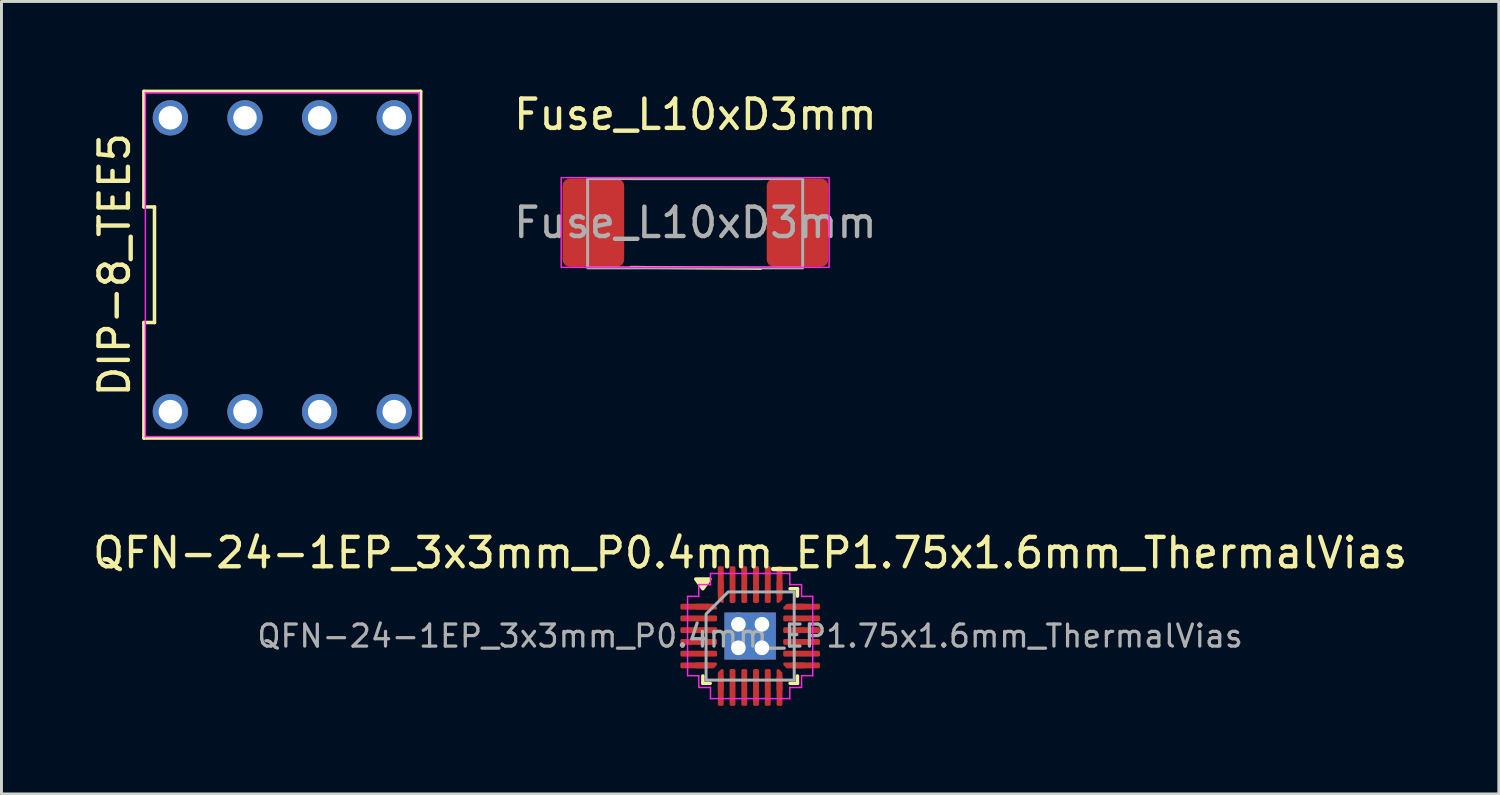
<source format=kicad_pcb>
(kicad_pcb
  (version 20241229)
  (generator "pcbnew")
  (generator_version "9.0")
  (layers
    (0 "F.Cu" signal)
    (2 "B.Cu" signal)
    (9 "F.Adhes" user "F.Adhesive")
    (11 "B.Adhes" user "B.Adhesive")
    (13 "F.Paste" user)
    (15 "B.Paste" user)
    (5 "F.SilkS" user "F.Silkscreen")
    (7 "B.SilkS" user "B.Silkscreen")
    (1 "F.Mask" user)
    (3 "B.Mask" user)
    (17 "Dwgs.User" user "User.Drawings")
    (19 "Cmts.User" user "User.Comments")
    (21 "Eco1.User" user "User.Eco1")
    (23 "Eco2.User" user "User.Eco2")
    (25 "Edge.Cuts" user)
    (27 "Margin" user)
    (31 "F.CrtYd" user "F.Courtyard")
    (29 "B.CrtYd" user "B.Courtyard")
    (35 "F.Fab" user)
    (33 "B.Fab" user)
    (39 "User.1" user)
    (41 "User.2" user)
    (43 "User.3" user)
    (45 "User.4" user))
  (footprint "DIP-8_TEE5"
    (layer "F.Cu")
    (at 6.558 5.96)
    (property "Reference" "DIP-8_TEE5" (at -5.71 0 90) (layer "F.SilkS") (effects (font (size 1 1) (thickness 0.15))))
    (attr through_hole)
    (fp_line (start -4.71 -5.9) (end -4.71 -1.967) (stroke (width 0.12) (type default)) (layer "F.SilkS"))
    (fp_line (start -4.71 -1.967) (end -4.35 -1.967) (stroke (width 0.12) (type default)) (layer "F.SilkS"))
    (fp_line (start -4.71 1.967) (end -4.71 5.9) (stroke (width 0.12) (type default)) (layer "F.SilkS"))
    (fp_line (start -4.71 5.9) (end 4.71 5.9) (stroke (width 0.12) (type default)) (layer "F.SilkS"))
    (fp_line (start -4.35 -1.967) (end -4.35 1.967) (stroke (width 0.12) (type default)) (layer "F.SilkS"))
    (fp_line (start -4.35 1.967) (end -4.71 1.967) (stroke (width 0.12) (type default)) (layer "F.SilkS"))
    (fp_line (start 4.71 -5.9) (end -4.71 -5.9) (stroke (width 0.12) (type default)) (layer "F.SilkS"))
    (fp_line (start 4.71 5.9) (end 4.71 -5.9) (stroke (width 0.12) (type default)) (layer "F.SilkS"))
    (fp_line (start -4.66 -5.85) (end 4.66 -5.85) (stroke (width 0.05) (type default)) (layer "F.CrtYd"))
    (fp_line (start -4.66 5.85) (end -4.66 -5.85) (stroke (width 0.05) (type default)) (layer "F.CrtYd"))
    (fp_line (start 4.66 -5.85) (end 4.66 5.85) (stroke (width 0.05) (type default)) (layer "F.CrtYd"))
    (fp_line (start 4.66 5.85) (end -4.66 5.85) (stroke (width 0.05) (type default)) (layer "F.CrtYd"))
    (pad "" thru_hole circle (at -3.81 5) (size 1.2 1.2) (drill 0.8) (layers "*.Cu" "*.Mask"))
    (pad "" thru_hole circle (at -1.27 -5) (size 1.2 1.2) (drill 0.8) (layers "Eco1.User"))
    (pad "" thru_hole circle (at -1.27 5) (size 1.2 1.2) (drill 0.8) (layers "Eco1.User"))
    (pad "" thru_hole circle (at 1.27 5) (size 1.2 1.2) (drill 0.8) (layers "Eco1.User"))
    (pad "" thru_hole circle (at 3.81 -5) (size 1.2 1.2) (drill 0.8) (layers "Eco1.User"))
    (pad "" thru_hole circle (at 3.81 5) (size 1.2 1.2) (drill 0.8) (layers "*.Cu" "*.Mask"))
    (pad "1" thru_hole circle (at -3.81 -5) (size 1.2 1.2) (drill 0.8) (layers "*.Cu" "*.Mask"))
    (pad "2" thru_hole circle (at 1.27 -5) (size 1.2 1.2) (drill 0.8) (layers "*.Cu" "*.Mask")))
  (footprint "Fuse_L10xD3mm"
    (layer "F.Cu")
    (at 20.62 4.528)
    (property "Reference" "Fuse_L10xD3mm" (at 0 -3.68 0) (layer "F.SilkS") (effects (font (size 1 1) (thickness 0.15))))
    (attr smd)
    (fp_line (start -2.204 1.52) (end 2.22 1.56) (stroke (width 0.1) (type default)) (layer "F.SilkS"))
    (fp_line (start -2.2 -1.5) (end 2.3 -1.5) (stroke (width 0.1) (type default)) (layer "F.SilkS"))
    (fp_rect (start -4.57 -1.53) (end 4.55 1.52) (stroke (width 0.05) (type default)) (fill no) (layer "F.CrtYd"))
    (fp_rect (start -3.67 -1.5) (end 3.65 1.54) (stroke (width 0.1) (type default)) (fill no) (layer "F.Fab"))
    (fp_text user "${REFERENCE}" (at 0 0 0) (layer "F.Fab") (effects (font (size 1 1) (thickness 0.15))))
    (pad "1" smd roundrect (at -3.475 0) (size 2.1 3) (layers "F.Cu" "F.Mask" "F.Paste") (roundrect_rratio 0.119))
    (pad "2" smd roundrect (at 3.475 0) (size 2.1 3) (layers "F.Cu" "F.Mask" "F.Paste") (roundrect_rratio 0.119)))
  (footprint "QFN-24-1EP_3x3mm_P0.4mm_EP1.75x1.6mm_ThermalVias"
    (layer "F.Cu")
    (at 22.482 18.598)
    (property "Reference" "QFN-24-1EP_3x3mm_P0.4mm_EP1.75x1.6mm_ThermalVias" (at 0 -2.83 0) (layer "F.SilkS") (effects (font (size 1 1) (thickness 0.15))))
    (attr smd)
    (fp_line (start -1.61 1.61) (end -1.61 1.36) (stroke (width 0.12) (type solid)) (layer "F.SilkS"))
    (fp_line (start -1.36 1.61) (end -1.61 1.61) (stroke (width 0.12) (type solid)) (layer "F.SilkS"))
    (fp_line (start 1.36 -1.61) (end 1.61 -1.61) (stroke (width 0.12) (type solid)) (layer "F.SilkS"))
    (fp_line (start 1.36 1.61) (end 1.61 1.61) (stroke (width 0.12) (type solid)) (layer "F.SilkS"))
    (fp_line (start 1.61 -1.61) (end 1.61 -1.36) (stroke (width 0.12) (type solid)) (layer "F.SilkS"))
    (fp_line (start 1.61 1.61) (end 1.61 1.36) (stroke (width 0.12) (type solid)) (layer "F.SilkS"))
    (fp_poly (pts (xy -1.61 -1.61) (xy -1.85 -1.94) (xy -1.37 -1.94)) (stroke (width 0.12) (type solid)) (fill yes) (layer "F.SilkS"))
    (fp_line (start -2.13 -1.35) (end -1.75 -1.35) (stroke (width 0.05) (type solid)) (layer "F.CrtYd"))
    (fp_line (start -2.13 1.35) (end -2.13 -1.35) (stroke (width 0.05) (type solid)) (layer "F.CrtYd"))
    (fp_line (start -1.75 -1.75) (end -1.35 -1.75) (stroke (width 0.05) (type solid)) (layer "F.CrtYd"))
    (fp_line (start -1.75 -1.35) (end -1.75 -1.75) (stroke (width 0.05) (type solid)) (layer "F.CrtYd"))
    (fp_line (start -1.75 1.35) (end -2.13 1.35) (stroke (width 0.05) (type solid)) (layer "F.CrtYd"))
    (fp_line (start -1.75 1.75) (end -1.75 1.35) (stroke (width 0.05) (type solid)) (layer "F.CrtYd"))
    (fp_line (start -1.35 -2.13) (end 1.35 -2.13) (stroke (width 0.05) (type solid)) (layer "F.CrtYd"))
    (fp_line (start -1.35 -1.75) (end -1.35 -2.13) (stroke (width 0.05) (type solid)) (layer "F.CrtYd"))
    (fp_line (start -1.35 1.75) (end -1.75 1.75) (stroke (width 0.05) (type solid)) (layer "F.CrtYd"))
    (fp_line (start -1.35 2.13) (end -1.35 1.75) (stroke (width 0.05) (type solid)) (layer "F.CrtYd"))
    (fp_line (start 1.35 -2.13) (end 1.35 -1.75) (stroke (width 0.05) (type solid)) (layer "F.CrtYd"))
    (fp_line (start 1.35 -1.75) (end 1.75 -1.75) (stroke (width 0.05) (type solid)) (layer "F.CrtYd"))
    (fp_line (start 1.35 1.75) (end 1.35 2.13) (stroke (width 0.05) (type solid)) (layer "F.CrtYd"))
    (fp_line (start 1.35 2.13) (end -1.35 2.13) (stroke (width 0.05) (type solid)) (layer "F.CrtYd"))
    (fp_line (start 1.75 -1.75) (end 1.75 -1.35) (stroke (width 0.05) (type solid)) (layer "F.CrtYd"))
    (fp_line (start 1.75 -1.35) (end 2.13 -1.35) (stroke (width 0.05) (type solid)) (layer "F.CrtYd"))
    (fp_line (start 1.75 1.35) (end 1.75 1.75) (stroke (width 0.05) (type solid)) (layer "F.CrtYd"))
    (fp_line (start 1.75 1.75) (end 1.35 1.75) (stroke (width 0.05) (type solid)) (layer "F.CrtYd"))
    (fp_line (start 2.13 -1.35) (end 2.13 1.35) (stroke (width 0.05) (type solid)) (layer "F.CrtYd"))
    (fp_line (start 2.13 1.35) (end 1.75 1.35) (stroke (width 0.05) (type solid)) (layer "F.CrtYd"))
    (fp_poly (pts (xy -1.5 -0.75) (xy -1.5 1.5) (xy 1.5 1.5) (xy 1.5 -1.5) (xy -0.75 -1.5)) (stroke (width 0.1) (type solid)) (fill no) (layer "F.Fab"))
    (fp_text user "${REFERENCE}" (at 0 0 0) (layer "F.Fab") (effects (font (size 0.75 0.75) (thickness 0.11))))
    (pad "" smd roundrect (at -0.44 -0.4) (size 0.76 0.69) (layers "F.Paste") (roundrect_rratio 0.25))
    (pad "" smd roundrect (at -0.44 0.4) (size 0.76 0.69) (layers "F.Paste") (roundrect_rratio 0.25))
    (pad "" smd roundrect (at 0.44 -0.4) (size 0.76 0.69) (layers "F.Paste") (roundrect_rratio 0.25))
    (pad "" smd roundrect (at 0.44 0.4) (size 0.76 0.69) (layers "F.Paste") (roundrect_rratio 0.25))
    (pad "1" smd roundrect (at -1.875 -1) (size 1 0.2) (layers "F.Cu" "F.Mask" "F.Paste") (roundrect_rratio 0.25))
    (pad "1" smd custom (at -1.5 -1) (size 0.115 0.115) (layers "F.Cu" "F.Mask" "F.Paste") (options (anchor circle)) (primitives (gr_poly (pts (xy -0.335 -0.06) (xy 0.238 -0.06) (xy 0.335 0.037) (xy 0.335 0.06) (xy -0.335 0.06)) (width 0.08) (fill yes))))
    (pad "2" smd roundrect (at -1.75 -0.6) (size 1.25 0.2) (layers "F.Cu" "F.Mask" "F.Paste") (roundrect_rratio 0.25))
    (pad "3" smd roundrect (at -1.75 -0.2) (size 1.25 0.2) (layers "F.Cu" "F.Mask" "F.Paste") (roundrect_rratio 0.25))
    (pad "4" smd roundrect (at -1.75 0.2) (size 1.25 0.2) (layers "F.Cu" "F.Mask" "F.Paste") (roundrect_rratio 0.25))
    (pad "5" smd roundrect (at -1.75 0.6) (size 1.25 0.2) (layers "F.Cu" "F.Mask" "F.Paste") (roundrect_rratio 0.25))
    (pad "6" smd roundrect (at -1.875 1) (size 1 0.2) (layers "F.Cu" "F.Mask" "F.Paste") (roundrect_rratio 0.25))
    (pad "6" smd custom (at -1.5 1) (size 0.115 0.115) (layers "F.Cu" "F.Mask" "F.Paste") (options (anchor circle)) (primitives (gr_poly (pts (xy -0.335 -0.06) (xy 0.335 -0.06) (xy 0.335 -0.037) (xy 0.238 0.06) (xy -0.335 0.06)) (width 0.08) (fill yes))))
    (pad "7" smd custom (at -1 1.5) (size 0.115 0.115) (layers "F.Cu" "F.Mask" "F.Paste") (options (anchor circle)) (primitives (gr_poly (pts (xy -0.06 -0.238) (xy 0.037 -0.335) (xy 0.06 -0.335) (xy 0.06 0.335) (xy -0.06 0.335)) (width 0.08) (fill yes))))
    (pad "7" smd roundrect (at -1 1.875) (size 0.2 1) (layers "F.Cu" "F.Mask" "F.Paste") (roundrect_rratio 0.25))
    (pad "8" smd roundrect (at -0.6 1.75) (size 0.2 1.25) (layers "F.Cu" "F.Mask" "F.Paste") (roundrect_rratio 0.25))
    (pad "9" smd roundrect (at -0.2 1.75) (size 0.2 1.25) (layers "F.Cu" "F.Mask" "F.Paste") (roundrect_rratio 0.25))
    (pad "10" smd roundrect (at 0.2 1.75) (size 0.2 1.25) (layers "F.Cu" "F.Mask" "F.Paste") (roundrect_rratio 0.25))
    (pad "11" smd roundrect (at 0.6 1.75) (size 0.2 1.25) (layers "F.Cu" "F.Mask" "F.Paste") (roundrect_rratio 0.25))
    (pad "12" smd custom (at 1 1.5) (size 0.115 0.115) (layers "F.Cu" "F.Mask" "F.Paste") (options (anchor circle)) (primitives (gr_poly (pts (xy -0.06 -0.335) (xy -0.037 -0.335) (xy 0.06 -0.238) (xy 0.06 0.335) (xy -0.06 0.335)) (width 0.08) (fill yes))))
    (pad "12" smd roundrect (at 1 1.875) (size 0.2 1) (layers "F.Cu" "F.Mask" "F.Paste") (roundrect_rratio 0.25))
    (pad "13" smd custom (at 1.5 1) (size 0.115 0.115) (layers "F.Cu" "F.Mask" "F.Paste") (options (anchor circle)) (primitives (gr_poly (pts (xy -0.335 -0.06) (xy 0.335 -0.06) (xy 0.335 0.06) (xy -0.238 0.06) (xy -0.335 -0.037)) (width 0.08) (fill yes))))
    (pad "13" smd roundrect (at 1.875 1) (size 1 0.2) (layers "F.Cu" "F.Mask" "F.Paste") (roundrect_rratio 0.25))
    (pad "14" smd roundrect (at 1.75 0.6) (size 1.25 0.2) (layers "F.Cu" "F.Mask" "F.Paste") (roundrect_rratio 0.25))
    (pad "15" smd roundrect (at 1.75 0.2) (size 1.25 0.2) (layers "F.Cu" "F.Mask" "F.Paste") (roundrect_rratio 0.25))
    (pad "16" smd roundrect (at 1.75 -0.2) (size 1.25 0.2) (layers "F.Cu" "F.Mask" "F.Paste") (roundrect_rratio 0.25))
    (pad "17" smd roundrect (at 1.75 -0.6) (size 1.25 0.2) (layers "F.Cu" "F.Mask" "F.Paste") (roundrect_rratio 0.25))
    (pad "18" smd custom (at 1.5 -1) (size 0.115 0.115) (layers "F.Cu" "F.Mask" "F.Paste") (options (anchor circle)) (primitives (gr_poly (pts (xy -0.335 0.037) (xy -0.238 -0.06) (xy 0.335 -0.06) (xy 0.335 0.06) (xy -0.335 0.06)) (width 0.08) (fill yes))))
    (pad "18" smd roundrect (at 1.875 -1) (size 1 0.2) (layers "F.Cu" "F.Mask" "F.Paste") (roundrect_rratio 0.25))
    (pad "19" smd roundrect (at 1 -1.875) (size 0.2 1) (layers "F.Cu" "F.Mask" "F.Paste") (roundrect_rratio 0.25))
    (pad "19" smd custom (at 1 -1.5) (size 0.115 0.115) (layers "F.Cu" "F.Mask" "F.Paste") (options (anchor circle)) (primitives (gr_poly (pts (xy -0.06 -0.335) (xy 0.06 -0.335) (xy 0.06 0.238) (xy -0.037 0.335) (xy -0.06 0.335)) (width 0.08) (fill yes))))
    (pad "20" smd roundrect (at 0.6 -1.75) (size 0.2 1.25) (layers "F.Cu" "F.Mask" "F.Paste") (roundrect_rratio 0.25))
    (pad "21" smd roundrect (at 0.2 -1.75) (size 0.2 1.25) (layers "F.Cu" "F.Mask" "F.Paste") (roundrect_rratio 0.25))
    (pad "22" smd roundrect (at -0.2 -1.75) (size 0.2 1.25) (layers "F.Cu" "F.Mask" "F.Paste") (roundrect_rratio 0.25))
    (pad "23" smd roundrect (at -0.6 -1.75) (size 0.2 1.25) (layers "F.Cu" "F.Mask" "F.Paste") (roundrect_rratio 0.25))
    (pad "24" smd roundrect (at -1 -1.875) (size 0.2 1) (layers "F.Cu" "F.Mask" "F.Paste") (roundrect_rratio 0.25))
    (pad "24" smd custom (at -1 -1.5) (size 0.115 0.115) (layers "F.Cu" "F.Mask" "F.Paste") (options (anchor circle)) (primitives (gr_poly (pts (xy -0.06 -0.335) (xy 0.06 -0.335) (xy 0.06 0.335) (xy 0.037 0.335) (xy -0.06 0.238)) (width 0.08) (fill yes))))
    (pad "25" thru_hole circle (at -0.4 -0.4) (size 0.8 0.8) (drill 0.5) (property pad_prop_heatsink) (layers "*.Cu"))
    (pad "25" thru_hole circle (at -0.4 0.4) (size 0.8 0.8) (drill 0.5) (property pad_prop_heatsink) (layers "*.Cu"))
    (pad "25" smd rect (at 0 0) (size 1.75 1.6) (property pad_prop_heatsink) (layers "F.Cu" "F.Mask"))
    (pad "25" smd rect (at 0 0) (size 1.75 1.6) (property pad_prop_heatsink) (layers "B.Cu"))
    (pad "25" thru_hole circle (at 0.4 -0.4) (size 0.8 0.8) (drill 0.5) (property pad_prop_heatsink) (layers "*.Cu"))
    (pad "25" thru_hole circle (at 0.4 0.4) (size 0.8 0.8) (drill 0.5) (property pad_prop_heatsink) (layers "*.Cu")))
  (gr_rect
    (start -3 -3)
    (end 47.964 23.973)
    (stroke (width 0.1) (type default))
    (fill no)
    (layer "Edge.Cuts")))
</source>
